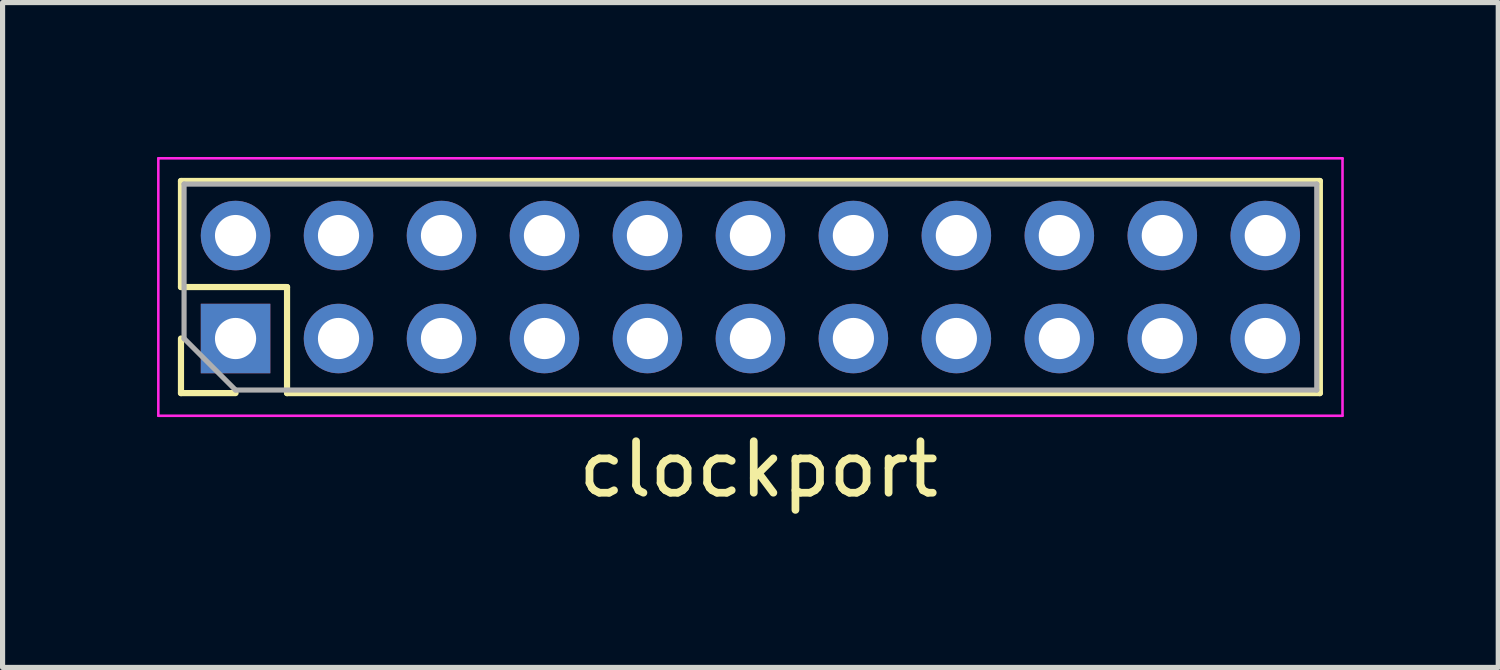
<source format=kicad_pcb>
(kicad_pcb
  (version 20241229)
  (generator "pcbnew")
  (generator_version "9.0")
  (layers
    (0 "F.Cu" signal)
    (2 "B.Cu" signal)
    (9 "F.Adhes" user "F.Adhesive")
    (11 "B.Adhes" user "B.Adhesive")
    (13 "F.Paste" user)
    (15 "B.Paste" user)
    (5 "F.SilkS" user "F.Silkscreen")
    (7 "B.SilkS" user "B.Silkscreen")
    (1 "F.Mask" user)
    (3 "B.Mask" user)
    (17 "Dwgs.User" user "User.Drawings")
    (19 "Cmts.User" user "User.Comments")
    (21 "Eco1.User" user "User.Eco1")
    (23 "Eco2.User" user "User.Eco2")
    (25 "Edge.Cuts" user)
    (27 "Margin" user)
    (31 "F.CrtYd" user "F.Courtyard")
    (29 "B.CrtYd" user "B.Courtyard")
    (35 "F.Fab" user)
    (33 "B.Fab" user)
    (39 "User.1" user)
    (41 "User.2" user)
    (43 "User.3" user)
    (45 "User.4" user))
  (footprint "clockport"
    (layer "F.Cu")
    (at 1.525 3.525)
    (property "Reference" "clockport" (at 10.16 2.54 0) (layer "F.SilkS") (effects (font (size 1 1) (thickness 0.15))))
    (attr through_hole)
    (fp_line (start -1.06 -3.06) (end -1.06 -1) (stroke (width 0.12) (type solid)) (layer "F.SilkS"))
    (fp_line (start -1.06 -3.06) (end 21.06 -3.06) (stroke (width 0.12) (type solid)) (layer "F.SilkS"))
    (fp_line (start -1.06 -1) (end 1 -1) (stroke (width 0.12) (type solid)) (layer "F.SilkS"))
    (fp_line (start -1.06 0) (end -1.06 1.06) (stroke (width 0.12) (type solid)) (layer "F.SilkS"))
    (fp_line (start -1.06 1.06) (end 0 1.06) (stroke (width 0.12) (type solid)) (layer "F.SilkS"))
    (fp_line (start 1 -1) (end 1 1.06) (stroke (width 0.12) (type solid)) (layer "F.SilkS"))
    (fp_line (start 1 1.06) (end 21.06 1.06) (stroke (width 0.12) (type solid)) (layer "F.SilkS"))
    (fp_line (start 21.06 -3.06) (end 21.06 1.06) (stroke (width 0.12) (type solid)) (layer "F.SilkS"))
    (fp_line (start -1.5 -3.5) (end -1.5 1.5) (stroke (width 0.05) (type solid)) (layer "F.CrtYd"))
    (fp_line (start -1.5 1.5) (end 21.5 1.5) (stroke (width 0.05) (type solid)) (layer "F.CrtYd"))
    (fp_line (start 21.5 -3.5) (end -1.5 -3.5) (stroke (width 0.05) (type solid)) (layer "F.CrtYd"))
    (fp_line (start 21.5 1.5) (end 21.5 -3.5) (stroke (width 0.05) (type solid)) (layer "F.CrtYd"))
    (fp_line (start -1 -3) (end -1 0) (stroke (width 0.1) (type solid)) (layer "F.Fab"))
    (fp_line (start -1 0) (end 0 1) (stroke (width 0.1) (type solid)) (layer "F.Fab"))
    (fp_line (start 0 1) (end 21 1) (stroke (width 0.1) (type solid)) (layer "F.Fab"))
    (fp_line (start 21 -3) (end -1 -3) (stroke (width 0.1) (type solid)) (layer "F.Fab"))
    (fp_line (start 21 1) (end 21 -3) (stroke (width 0.1) (type solid)) (layer "F.Fab"))
    (pad "19" thru_hole rect (at 0 0 90) (size 1.35 1.35) (drill 0.8) (layers "*.Cu" "*.Mask"))
    (pad "20" thru_hole oval (at 0 -2 90) (size 1.35 1.35) (drill 0.8) (layers "*.Cu" "*.Mask"))
    (pad "21" thru_hole oval (at 2 0 90) (size 1.35 1.35) (drill 0.8) (layers "*.Cu" "*.Mask"))
    (pad "22" thru_hole oval (at 2 -2 90) (size 1.35 1.35) (drill 0.8) (layers "*.Cu" "*.Mask"))
    (pad "23" thru_hole oval (at 4 0 90) (size 1.35 1.35) (drill 0.8) (layers "*.Cu" "*.Mask"))
    (pad "24" thru_hole oval (at 4 -2 90) (size 1.35 1.35) (drill 0.8) (layers "*.Cu" "*.Mask"))
    (pad "25" thru_hole oval (at 6 0 90) (size 1.35 1.35) (drill 0.8) (layers "*.Cu" "*.Mask"))
    (pad "26" thru_hole oval (at 6 -2 90) (size 1.35 1.35) (drill 0.8) (layers "*.Cu" "*.Mask"))
    (pad "27" thru_hole oval (at 8 0 90) (size 1.35 1.35) (drill 0.8) (layers "*.Cu" "*.Mask"))
    (pad "28" thru_hole oval (at 8 -2 90) (size 1.35 1.35) (drill 0.8) (layers "*.Cu" "*.Mask"))
    (pad "29" thru_hole oval (at 10 0 90) (size 1.35 1.35) (drill 0.8) (layers "*.Cu" "*.Mask"))
    (pad "30" thru_hole oval (at 10 -2 90) (size 1.35 1.35) (drill 0.8) (layers "*.Cu" "*.Mask"))
    (pad "31" thru_hole oval (at 12 0 90) (size 1.35 1.35) (drill 0.8) (layers "*.Cu" "*.Mask"))
    (pad "32" thru_hole oval (at 12 -2 90) (size 1.35 1.35) (drill 0.8) (layers "*.Cu" "*.Mask"))
    (pad "33" thru_hole oval (at 14 0 90) (size 1.35 1.35) (drill 0.8) (layers "*.Cu" "*.Mask"))
    (pad "34" thru_hole oval (at 14 -2 90) (size 1.35 1.35) (drill 0.8) (layers "*.Cu" "*.Mask"))
    (pad "35" thru_hole oval (at 16 0 90) (size 1.35 1.35) (drill 0.8) (layers "*.Cu" "*.Mask"))
    (pad "36" thru_hole oval (at 16 -2 90) (size 1.35 1.35) (drill 0.8) (layers "*.Cu" "*.Mask"))
    (pad "37" thru_hole oval (at 18 0 90) (size 1.35 1.35) (drill 0.8) (layers "*.Cu" "*.Mask"))
    (pad "38" thru_hole oval (at 18 -2 90) (size 1.35 1.35) (drill 0.8) (layers "*.Cu" "*.Mask"))
    (pad "39" thru_hole oval (at 20 0 90) (size 1.35 1.35) (drill 0.8) (layers "*.Cu" "*.Mask"))
    (pad "40" thru_hole oval (at 20 -2 90) (size 1.35 1.35) (drill 0.8) (layers "*.Cu" "*.Mask")))
  (gr_rect
    (start -3 -3)
    (end 26.05 9.913)
    (stroke (width 0.1) (type default))
    (fill no)
    (layer "Edge.Cuts")))
</source>
